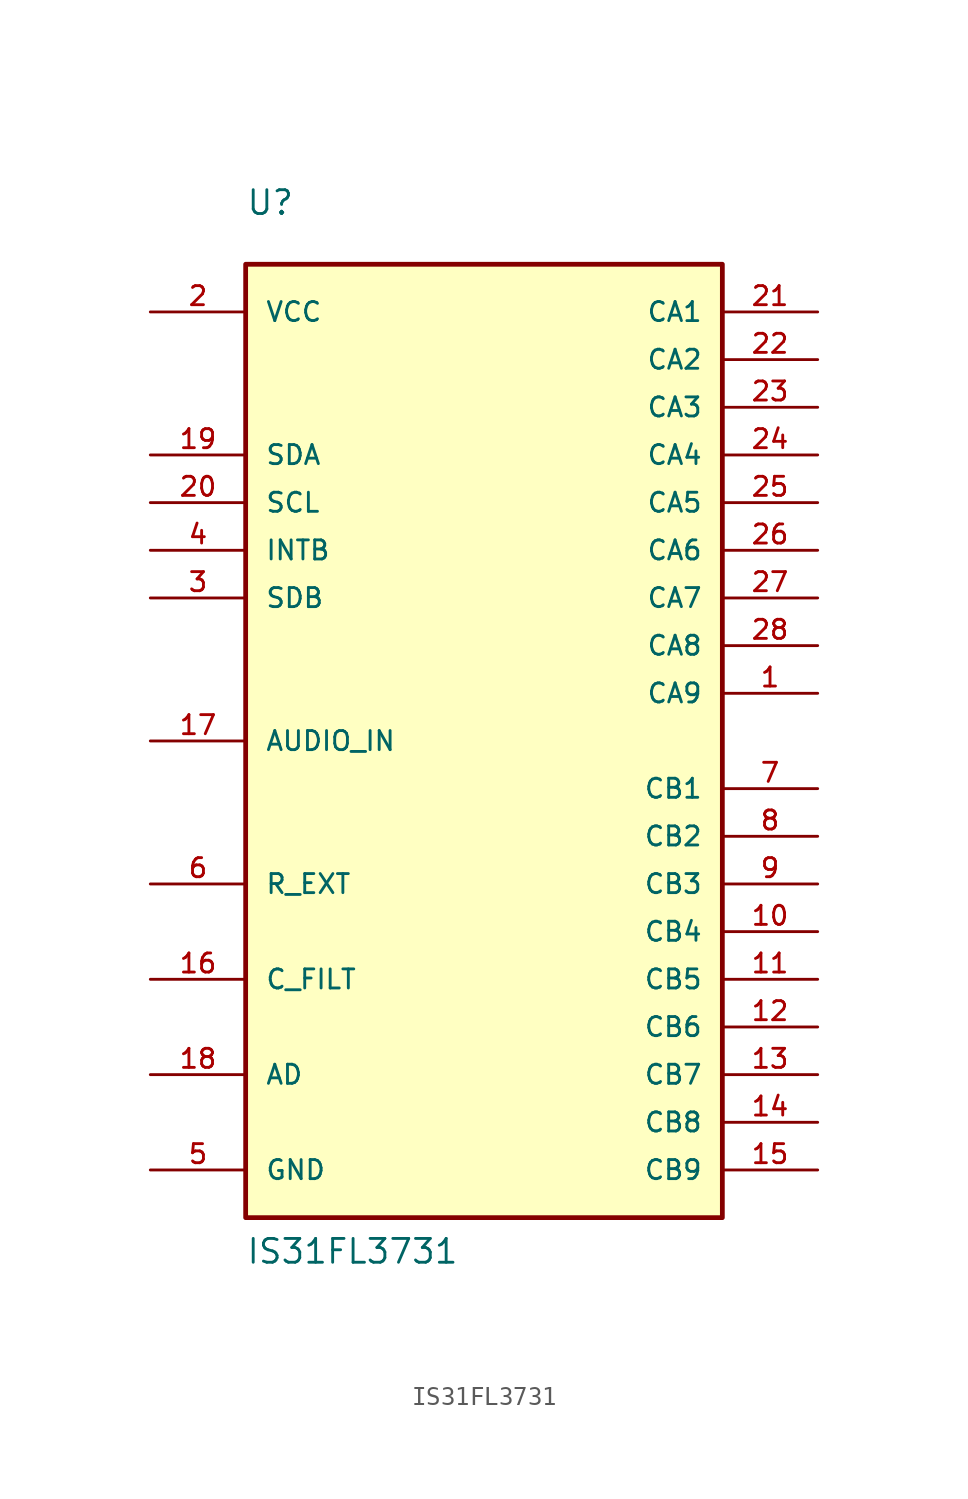
<source format=kicad_sym>
(kicad_symbol_lib
  (version 20211014)
  (generator kicad_symbol_editor)
  (symbol "IS31FL3731"
    (pin_names
      (offset 1.016))
    (property "Reference" "U"
      (at -12.7 27.94 0)
      (effects (font (size 1.27 1.27)) (justify bottom left)))
    (property "Value" "IS31FL3731"
      (at -12.7 -27.94 0)
      (effects (font (size 1.27 1.27)) (justify bottom left)))
    (symbol "IS31FL3731_0_0"
      (rectangle (start -12.7 -25.4) (end 12.7 25.4) (stroke (width 0.254)) (fill (type background)))
      (pin bidirectional line (at 17.78 22.86 180.0) (length 5.08) (name "CA1" (effects (font (size 1.016 1.016)))) (number "21" (effects (font (size 1.016 1.016)))))
      (pin bidirectional line (at 17.78 20.32 180.0) (length 5.08) (name "CA2" (effects (font (size 1.016 1.016)))) (number "22" (effects (font (size 1.016 1.016)))))
      (pin bidirectional line (at 17.78 17.78 180.0) (length 5.08) (name "CA3" (effects (font (size 1.016 1.016)))) (number "23" (effects (font (size 1.016 1.016)))))
      (pin bidirectional line (at 17.78 15.24 180.0) (length 5.08) (name "CA4" (effects (font (size 1.016 1.016)))) (number "24" (effects (font (size 1.016 1.016)))))
      (pin bidirectional line (at 17.78 12.7 180.0) (length 5.08) (name "CA5" (effects (font (size 1.016 1.016)))) (number "25" (effects (font (size 1.016 1.016)))))
      (pin bidirectional line (at 17.78 10.16 180.0) (length 5.08) (name "CA6" (effects (font (size 1.016 1.016)))) (number "26" (effects (font (size 1.016 1.016)))))
      (pin bidirectional line (at 17.78 7.62 180.0) (length 5.08) (name "CA7" (effects (font (size 1.016 1.016)))) (number "27" (effects (font (size 1.016 1.016)))))
      (pin bidirectional line (at 17.78 5.08 180.0) (length 5.08) (name "CA8" (effects (font (size 1.016 1.016)))) (number "28" (effects (font (size 1.016 1.016)))))
      (pin bidirectional line (at 17.78 2.54 180.0) (length 5.08) (name "CA9" (effects (font (size 1.016 1.016)))) (number "1" (effects (font (size 1.016 1.016)))))
      (pin bidirectional line (at 17.78 -2.54 180.0) (length 5.08) (name "CB1" (effects (font (size 1.016 1.016)))) (number "7" (effects (font (size 1.016 1.016)))))
      (pin bidirectional line (at 17.78 -5.08 180.0) (length 5.08) (name "CB2" (effects (font (size 1.016 1.016)))) (number "8" (effects (font (size 1.016 1.016)))))
      (pin bidirectional line (at 17.78 -7.62 180.0) (length 5.08) (name "CB3" (effects (font (size 1.016 1.016)))) (number "9" (effects (font (size 1.016 1.016)))))
      (pin bidirectional line (at 17.78 -10.16 180.0) (length 5.08) (name "CB4" (effects (font (size 1.016 1.016)))) (number "10" (effects (font (size 1.016 1.016)))))
      (pin bidirectional line (at 17.78 -12.7 180.0) (length 5.08) (name "CB5" (effects (font (size 1.016 1.016)))) (number "11" (effects (font (size 1.016 1.016)))))
      (pin bidirectional line (at 17.78 -15.24 180.0) (length 5.08) (name "CB6" (effects (font (size 1.016 1.016)))) (number "12" (effects (font (size 1.016 1.016)))))
      (pin bidirectional line (at 17.78 -17.78 180.0) (length 5.08) (name "CB7" (effects (font (size 1.016 1.016)))) (number "13" (effects (font (size 1.016 1.016)))))
      (pin bidirectional line (at 17.78 -20.32 180.0) (length 5.08) (name "CB8" (effects (font (size 1.016 1.016)))) (number "14" (effects (font (size 1.016 1.016)))))
      (pin bidirectional line (at 17.78 -22.86 180.0) (length 5.08) (name "CB9" (effects (font (size 1.016 1.016)))) (number "15" (effects (font (size 1.016 1.016)))))
      (pin bidirectional line (at -17.78 22.86 0) (length 5.08) (name "VCC" (effects (font (size 1.016 1.016)))) (number "2" (effects (font (size 1.016 1.016)))))
      (pin bidirectional line (at -17.78 15.24 0) (length 5.08) (name "SDA" (effects (font (size 1.016 1.016)))) (number "19" (effects (font (size 1.016 1.016)))))
      (pin bidirectional line (at -17.78 12.7 0) (length 5.08) (name "SCL" (effects (font (size 1.016 1.016)))) (number "20" (effects (font (size 1.016 1.016)))))
      (pin bidirectional line (at -17.78 10.16 0) (length 5.08) (name "INTB" (effects (font (size 1.016 1.016)))) (number "4" (effects (font (size 1.016 1.016)))))
      (pin bidirectional line (at -17.78 7.62 0) (length 5.08) (name "SDB" (effects (font (size 1.016 1.016)))) (number "3" (effects (font (size 1.016 1.016)))))
      (pin bidirectional line (at -17.78 0.0 0) (length 5.08) (name "AUDIO_IN" (effects (font (size 1.016 1.016)))) (number "17" (effects (font (size 1.016 1.016)))))
      (pin bidirectional line (at -17.78 -7.62 0) (length 5.08) (name "R_EXT" (effects (font (size 1.016 1.016)))) (number "6" (effects (font (size 1.016 1.016)))))
      (pin bidirectional line (at -17.78 -12.7 0) (length 5.08) (name "C_FILT" (effects (font (size 1.016 1.016)))) (number "16" (effects (font (size 1.016 1.016)))))
      (pin bidirectional line (at -17.78 -17.78 0) (length 5.08) (name "AD" (effects (font (size 1.016 1.016)))) (number "18" (effects (font (size 1.016 1.016)))))
      (pin bidirectional line (at -17.78 -22.86 0) (length 5.08) (name "GND" (effects (font (size 1.016 1.016)))) (number "5" (effects (font (size 1.016 1.016))))))))
</source>
